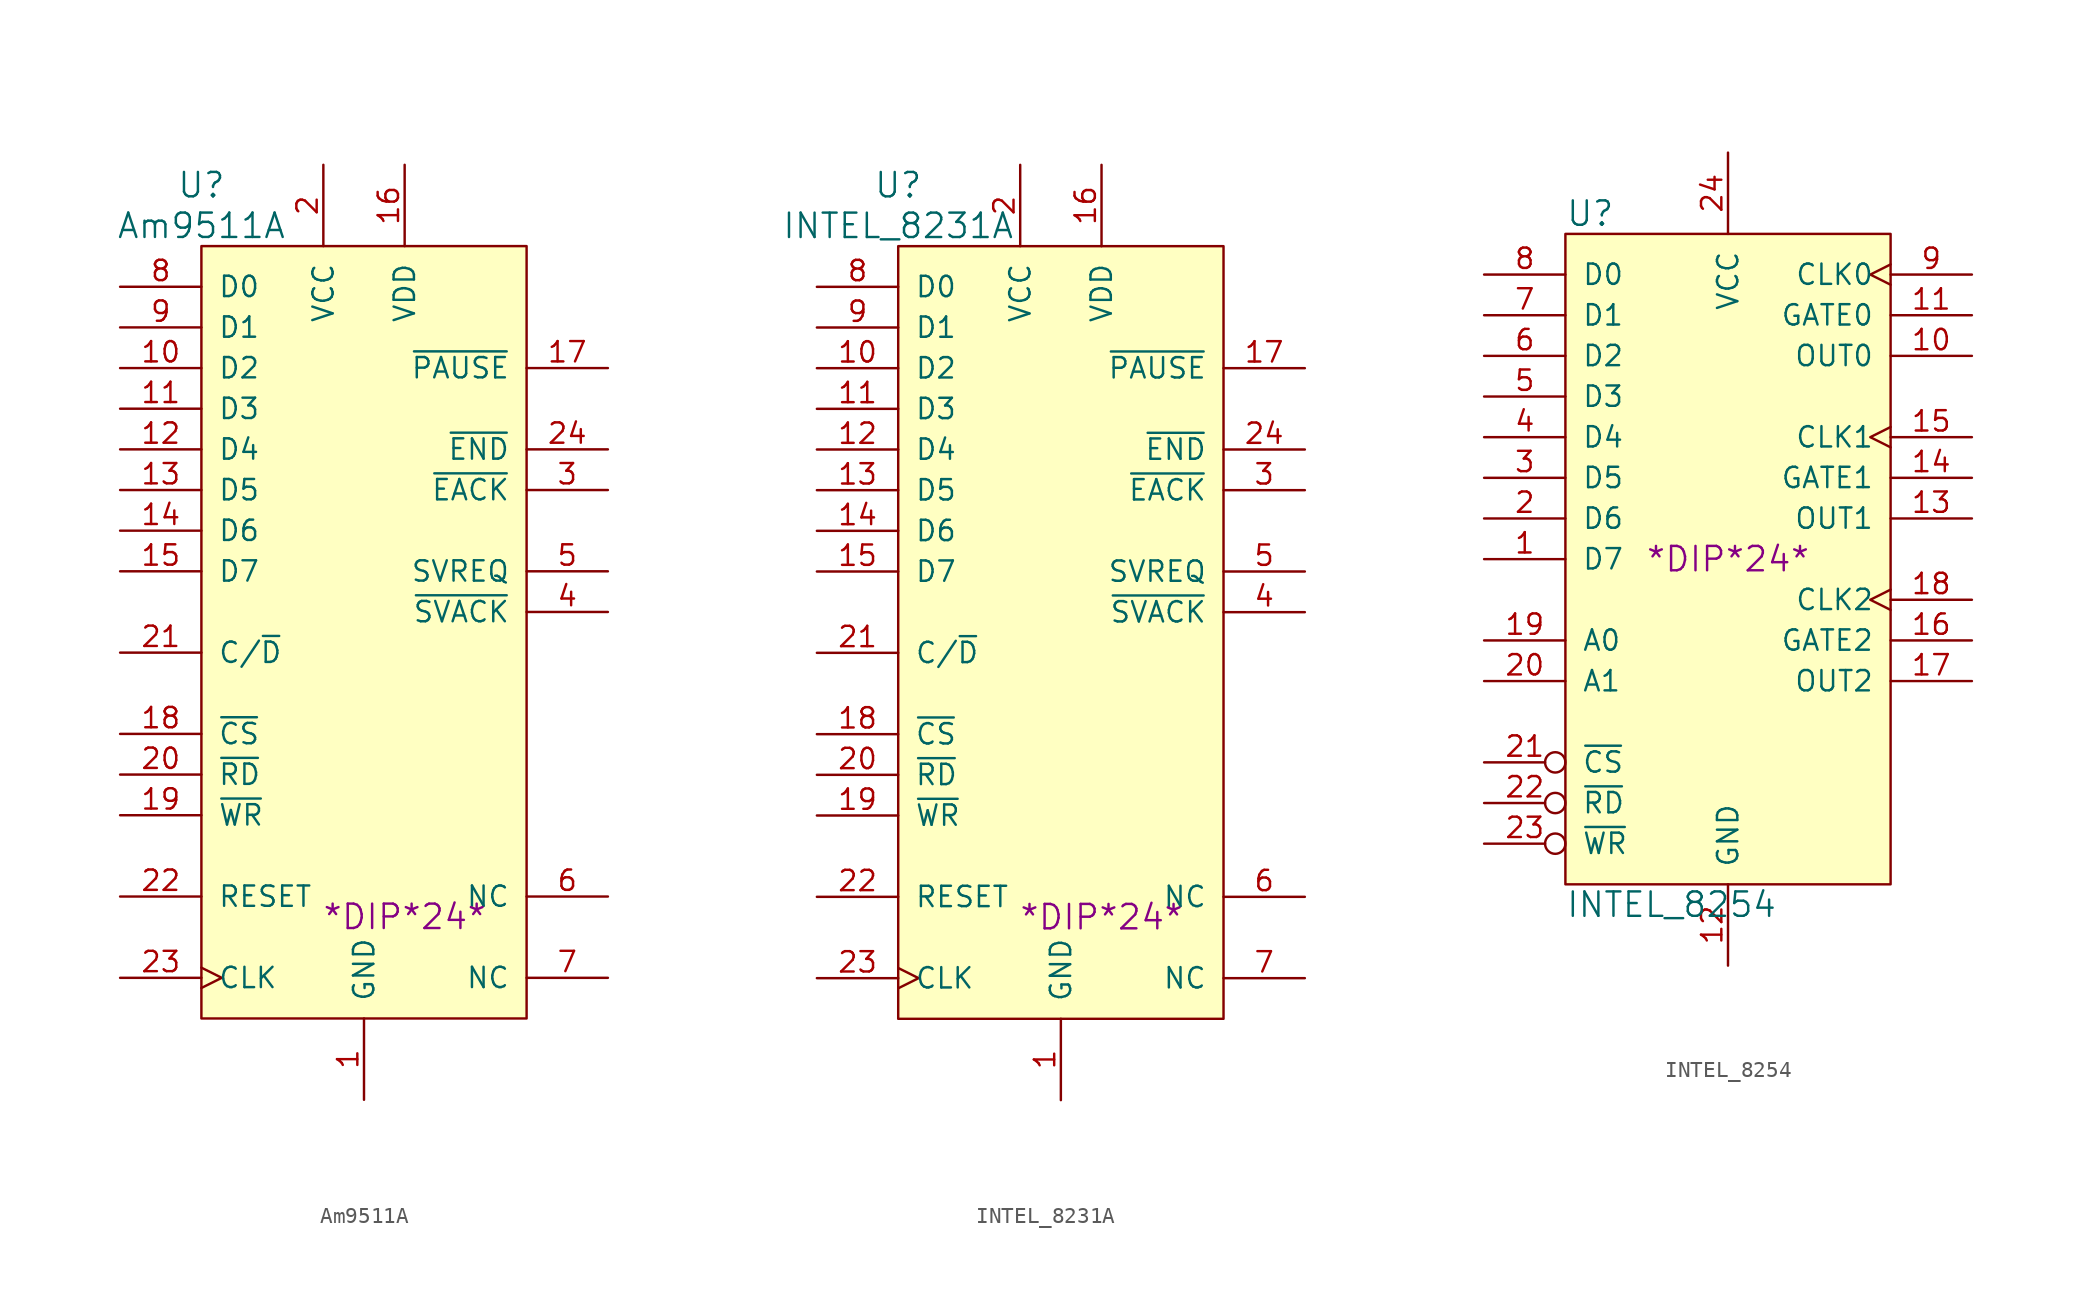
<source format=kicad_sym>
(kicad_symbol_lib
  (version 20211014)
  (generator kicad_symbol_editor)
  (symbol "Am9511A"
    (pin_names
      (offset 1.016))
    (property "Reference" "U"
      (at -10.16 27.94 0)
      (effects (font (size 1.524 1.524))))
    (property "Value" "Am9511A"
      (at -10.16 25.4 0)
      (effects (font (size 1.524 1.524))))
    (property "Footprint" "*DIP*24*"
      (at 2.54 -17.78 0)
      (effects (font (size 1.524 1.524))))
    (property "Datasheet" ""
      (at 2.54 -17.78 0)
      (effects (font (size 1.524 1.524))))
    (symbol "Am9511A_0_1"
      (rectangle (start -10.16 24.13) (end 10.16 -24.13) (stroke (width 0) (type default) (color 0 0 0 0)) (fill (type background))))
    (symbol "Am9511A_1_1"
      (pin power_in line (at 0 -29.21 90) (length 5.08) (name "GND" (effects (font (size 1.27 1.27)))) (number "1" (effects (font (size 1.27 1.27)))))
      (pin tri_state line (at -15.24 16.51 0) (length 5.08) (name "D2" (effects (font (size 1.27 1.27)))) (number "10" (effects (font (size 1.27 1.27)))))
      (pin tri_state line (at -15.24 13.97 0) (length 5.08) (name "D3" (effects (font (size 1.27 1.27)))) (number "11" (effects (font (size 1.27 1.27)))))
      (pin tri_state line (at -15.24 11.43 0) (length 5.08) (name "D4" (effects (font (size 1.27 1.27)))) (number "12" (effects (font (size 1.27 1.27)))))
      (pin tri_state line (at -15.24 8.89 0) (length 5.08) (name "D5" (effects (font (size 1.27 1.27)))) (number "13" (effects (font (size 1.27 1.27)))))
      (pin tri_state line (at -15.24 6.35 0) (length 5.08) (name "D6" (effects (font (size 1.27 1.27)))) (number "14" (effects (font (size 1.27 1.27)))))
      (pin tri_state line (at -15.24 3.81 0) (length 5.08) (name "D7" (effects (font (size 1.27 1.27)))) (number "15" (effects (font (size 1.27 1.27)))))
      (pin power_in line (at 2.54 29.21 270) (length 5.08) (name "VDD" (effects (font (size 1.27 1.27)))) (number "16" (effects (font (size 1.27 1.27)))))
      (pin output line (at 15.24 16.51 180) (length 5.08) (name "~{PAUSE}" (effects (font (size 1.27 1.27)))) (number "17" (effects (font (size 1.27 1.27)))))
      (pin input line (at -15.24 -6.35 0) (length 5.08) (name "~{CS}" (effects (font (size 1.27 1.27)))) (number "18" (effects (font (size 1.27 1.27)))))
      (pin input line (at -15.24 -11.43 0) (length 5.08) (name "~{WR}" (effects (font (size 1.27 1.27)))) (number "19" (effects (font (size 1.27 1.27)))))
      (pin power_in line (at -2.54 29.21 270) (length 5.08) (name "VCC" (effects (font (size 1.27 1.27)))) (number "2" (effects (font (size 1.27 1.27)))))
      (pin input line (at -15.24 -8.89 0) (length 5.08) (name "~{RD}" (effects (font (size 1.27 1.27)))) (number "20" (effects (font (size 1.27 1.27)))))
      (pin input line (at -15.24 -1.27 0) (length 5.08) (name "C/~{D}" (effects (font (size 1.27 1.27)))) (number "21" (effects (font (size 1.27 1.27)))))
      (pin input line (at -15.24 -16.51 0) (length 5.08) (name "RESET" (effects (font (size 1.27 1.27)))) (number "22" (effects (font (size 1.27 1.27)))))
      (pin input clock (at -15.24 -21.59 0) (length 5.08) (name "CLK" (effects (font (size 1.27 1.27)))) (number "23" (effects (font (size 1.27 1.27)))))
      (pin output line (at 15.24 11.43 180) (length 5.08) (name "~{END}" (effects (font (size 1.27 1.27)))) (number "24" (effects (font (size 1.27 1.27)))))
      (pin input line (at 15.24 8.89 180) (length 5.08) (name "~{EACK}" (effects (font (size 1.27 1.27)))) (number "3" (effects (font (size 1.27 1.27)))))
      (pin input line (at 15.24 1.27 180) (length 5.08) (name "~{SVACK}" (effects (font (size 1.27 1.27)))) (number "4" (effects (font (size 1.27 1.27)))))
      (pin output line (at 15.24 3.81 180) (length 5.08) (name "SVREQ" (effects (font (size 1.27 1.27)))) (number "5" (effects (font (size 1.27 1.27)))))
      (pin input line (at 15.24 -16.51 180) (length 5.08) (name "NC" (effects (font (size 1.27 1.27)))) (number "6" (effects (font (size 1.27 1.27)))))
      (pin input line (at 15.24 -21.59 180) (length 5.08) (name "NC" (effects (font (size 1.27 1.27)))) (number "7" (effects (font (size 1.27 1.27)))))
      (pin tri_state line (at -15.24 21.59 0) (length 5.08) (name "D0" (effects (font (size 1.27 1.27)))) (number "8" (effects (font (size 1.27 1.27)))))
      (pin tri_state line (at -15.24 19.05 0) (length 5.08) (name "D1" (effects (font (size 1.27 1.27)))) (number "9" (effects (font (size 1.27 1.27)))))))
  (symbol "INTEL_8231A"
    (pin_names
      (offset 1.016))
    (property "Reference" "U"
      (at -10.16 27.94 0)
      (effects (font (size 1.524 1.524))))
    (property "Value" "INTEL_8231A"
      (at -10.16 25.4 0)
      (effects (font (size 1.524 1.524))))
    (property "Footprint" "*DIP*24*"
      (at 2.54 -17.78 0)
      (effects (font (size 1.524 1.524))))
    (property "Datasheet" ""
      (at 2.54 -17.78 0)
      (effects (font (size 1.524 1.524))))
    (symbol "INTEL_8231A_0_1"
      (rectangle (start -10.16 24.13) (end 10.16 -24.13) (stroke (width 0) (type default) (color 0 0 0 0)) (fill (type background))))
    (symbol "INTEL_8231A_1_1"
      (pin power_in line (at 0 -29.21 90) (length 5.08) (name "GND" (effects (font (size 1.27 1.27)))) (number "1" (effects (font (size 1.27 1.27)))))
      (pin tri_state line (at -15.24 16.51 0) (length 5.08) (name "D2" (effects (font (size 1.27 1.27)))) (number "10" (effects (font (size 1.27 1.27)))))
      (pin tri_state line (at -15.24 13.97 0) (length 5.08) (name "D3" (effects (font (size 1.27 1.27)))) (number "11" (effects (font (size 1.27 1.27)))))
      (pin tri_state line (at -15.24 11.43 0) (length 5.08) (name "D4" (effects (font (size 1.27 1.27)))) (number "12" (effects (font (size 1.27 1.27)))))
      (pin tri_state line (at -15.24 8.89 0) (length 5.08) (name "D5" (effects (font (size 1.27 1.27)))) (number "13" (effects (font (size 1.27 1.27)))))
      (pin tri_state line (at -15.24 6.35 0) (length 5.08) (name "D6" (effects (font (size 1.27 1.27)))) (number "14" (effects (font (size 1.27 1.27)))))
      (pin tri_state line (at -15.24 3.81 0) (length 5.08) (name "D7" (effects (font (size 1.27 1.27)))) (number "15" (effects (font (size 1.27 1.27)))))
      (pin power_in line (at 2.54 29.21 270) (length 5.08) (name "VDD" (effects (font (size 1.27 1.27)))) (number "16" (effects (font (size 1.27 1.27)))))
      (pin output line (at 15.24 16.51 180) (length 5.08) (name "~{PAUSE}" (effects (font (size 1.27 1.27)))) (number "17" (effects (font (size 1.27 1.27)))))
      (pin input line (at -15.24 -6.35 0) (length 5.08) (name "~{CS}" (effects (font (size 1.27 1.27)))) (number "18" (effects (font (size 1.27 1.27)))))
      (pin input line (at -15.24 -11.43 0) (length 5.08) (name "~{WR}" (effects (font (size 1.27 1.27)))) (number "19" (effects (font (size 1.27 1.27)))))
      (pin power_in line (at -2.54 29.21 270) (length 5.08) (name "VCC" (effects (font (size 1.27 1.27)))) (number "2" (effects (font (size 1.27 1.27)))))
      (pin input line (at -15.24 -8.89 0) (length 5.08) (name "~{RD}" (effects (font (size 1.27 1.27)))) (number "20" (effects (font (size 1.27 1.27)))))
      (pin input line (at -15.24 -1.27 0) (length 5.08) (name "C/~{D}" (effects (font (size 1.27 1.27)))) (number "21" (effects (font (size 1.27 1.27)))))
      (pin input line (at -15.24 -16.51 0) (length 5.08) (name "RESET" (effects (font (size 1.27 1.27)))) (number "22" (effects (font (size 1.27 1.27)))))
      (pin input clock (at -15.24 -21.59 0) (length 5.08) (name "CLK" (effects (font (size 1.27 1.27)))) (number "23" (effects (font (size 1.27 1.27)))))
      (pin output line (at 15.24 11.43 180) (length 5.08) (name "~{END}" (effects (font (size 1.27 1.27)))) (number "24" (effects (font (size 1.27 1.27)))))
      (pin input line (at 15.24 8.89 180) (length 5.08) (name "~{EACK}" (effects (font (size 1.27 1.27)))) (number "3" (effects (font (size 1.27 1.27)))))
      (pin input line (at 15.24 1.27 180) (length 5.08) (name "~{SVACK}" (effects (font (size 1.27 1.27)))) (number "4" (effects (font (size 1.27 1.27)))))
      (pin output line (at 15.24 3.81 180) (length 5.08) (name "SVREQ" (effects (font (size 1.27 1.27)))) (number "5" (effects (font (size 1.27 1.27)))))
      (pin input line (at 15.24 -16.51 180) (length 5.08) (name "NC" (effects (font (size 1.27 1.27)))) (number "6" (effects (font (size 1.27 1.27)))))
      (pin input line (at 15.24 -21.59 180) (length 5.08) (name "NC" (effects (font (size 1.27 1.27)))) (number "7" (effects (font (size 1.27 1.27)))))
      (pin tri_state line (at -15.24 21.59 0) (length 5.08) (name "D0" (effects (font (size 1.27 1.27)))) (number "8" (effects (font (size 1.27 1.27)))))
      (pin tri_state line (at -15.24 19.05 0) (length 5.08) (name "D1" (effects (font (size 1.27 1.27)))) (number "9" (effects (font (size 1.27 1.27)))))))
  (symbol "INTEL_8254"
    (pin_names
      (offset 1.016))
    (property "Reference" "U"
      (at -10.16 21.59 0)
      (effects (font (size 1.524 1.524)) (justify left)))
    (property "Value" "INTEL_8254"
      (at -10.16 -21.59 0)
      (effects (font (size 1.524 1.524)) (justify left)))
    (property "Footprint" "*DIP*24*"
      (at 0 0 0)
      (effects (font (size 1.524 1.524))))
    (property "Datasheet" ""
      (at 0 0 0)
      (effects (font (size 1.524 1.524))))
    (symbol "INTEL_8254_0_1"
      (rectangle (start 10.16 -20.32) (end -10.16 20.32) (stroke (width 0) (type default) (color 0 0 0 0)) (fill (type background))))
    (symbol "INTEL_8254_1_1"
      (pin bidirectional line (at -15.24 0 0) (length 5.08) (name "D7" (effects (font (size 1.27 1.27)))) (number "1" (effects (font (size 1.27 1.27)))))
      (pin output line (at 15.24 12.7 180) (length 5.08) (name "OUT0" (effects (font (size 1.27 1.27)))) (number "10" (effects (font (size 1.27 1.27)))))
      (pin input line (at 15.24 15.24 180) (length 5.08) (name "GATE0" (effects (font (size 1.27 1.27)))) (number "11" (effects (font (size 1.27 1.27)))))
      (pin power_in line (at 0 -25.4 90) (length 5.08) (name "GND" (effects (font (size 1.27 1.27)))) (number "12" (effects (font (size 1.27 1.27)))))
      (pin output line (at 15.24 2.54 180) (length 5.08) (name "OUT1" (effects (font (size 1.27 1.27)))) (number "13" (effects (font (size 1.27 1.27)))))
      (pin input line (at 15.24 5.08 180) (length 5.08) (name "GATE1" (effects (font (size 1.27 1.27)))) (number "14" (effects (font (size 1.27 1.27)))))
      (pin input clock (at 15.24 7.62 180) (length 5.08) (name "CLK1" (effects (font (size 1.27 1.27)))) (number "15" (effects (font (size 1.27 1.27)))))
      (pin input line (at 15.24 -5.08 180) (length 5.08) (name "GATE2" (effects (font (size 1.27 1.27)))) (number "16" (effects (font (size 1.27 1.27)))))
      (pin output line (at 15.24 -7.62 180) (length 5.08) (name "OUT2" (effects (font (size 1.27 1.27)))) (number "17" (effects (font (size 1.27 1.27)))))
      (pin input clock (at 15.24 -2.54 180) (length 5.08) (name "CLK2" (effects (font (size 1.27 1.27)))) (number "18" (effects (font (size 1.27 1.27)))))
      (pin input line (at -15.24 -5.08 0) (length 5.08) (name "A0" (effects (font (size 1.27 1.27)))) (number "19" (effects (font (size 1.27 1.27)))))
      (pin bidirectional line (at -15.24 2.54 0) (length 5.08) (name "D6" (effects (font (size 1.27 1.27)))) (number "2" (effects (font (size 1.27 1.27)))))
      (pin input line (at -15.24 -7.62 0) (length 5.08) (name "A1" (effects (font (size 1.27 1.27)))) (number "20" (effects (font (size 1.27 1.27)))))
      (pin input inverted (at -15.24 -12.7 0) (length 5.08) (name "~{CS}" (effects (font (size 1.27 1.27)))) (number "21" (effects (font (size 1.27 1.27)))))
      (pin input inverted (at -15.24 -15.24 0) (length 5.08) (name "~{RD}" (effects (font (size 1.27 1.27)))) (number "22" (effects (font (size 1.27 1.27)))))
      (pin input inverted (at -15.24 -17.78 0) (length 5.08) (name "~{WR}" (effects (font (size 1.27 1.27)))) (number "23" (effects (font (size 1.27 1.27)))))
      (pin power_in line (at 0 25.4 270) (length 5.08) (name "VCC" (effects (font (size 1.27 1.27)))) (number "24" (effects (font (size 1.27 1.27)))))
      (pin bidirectional line (at -15.24 5.08 0) (length 5.08) (name "D5" (effects (font (size 1.27 1.27)))) (number "3" (effects (font (size 1.27 1.27)))))
      (pin bidirectional line (at -15.24 7.62 0) (length 5.08) (name "D4" (effects (font (size 1.27 1.27)))) (number "4" (effects (font (size 1.27 1.27)))))
      (pin bidirectional line (at -15.24 10.16 0) (length 5.08) (name "D3" (effects (font (size 1.27 1.27)))) (number "5" (effects (font (size 1.27 1.27)))))
      (pin bidirectional line (at -15.24 12.7 0) (length 5.08) (name "D2" (effects (font (size 1.27 1.27)))) (number "6" (effects (font (size 1.27 1.27)))))
      (pin bidirectional line (at -15.24 15.24 0) (length 5.08) (name "D1" (effects (font (size 1.27 1.27)))) (number "7" (effects (font (size 1.27 1.27)))))
      (pin bidirectional line (at -15.24 17.78 0) (length 5.08) (name "D0" (effects (font (size 1.27 1.27)))) (number "8" (effects (font (size 1.27 1.27)))))
      (pin input clock (at 15.24 17.78 180) (length 5.08) (name "CLK0" (effects (font (size 1.27 1.27)))) (number "9" (effects (font (size 1.27 1.27))))))))
</source>
